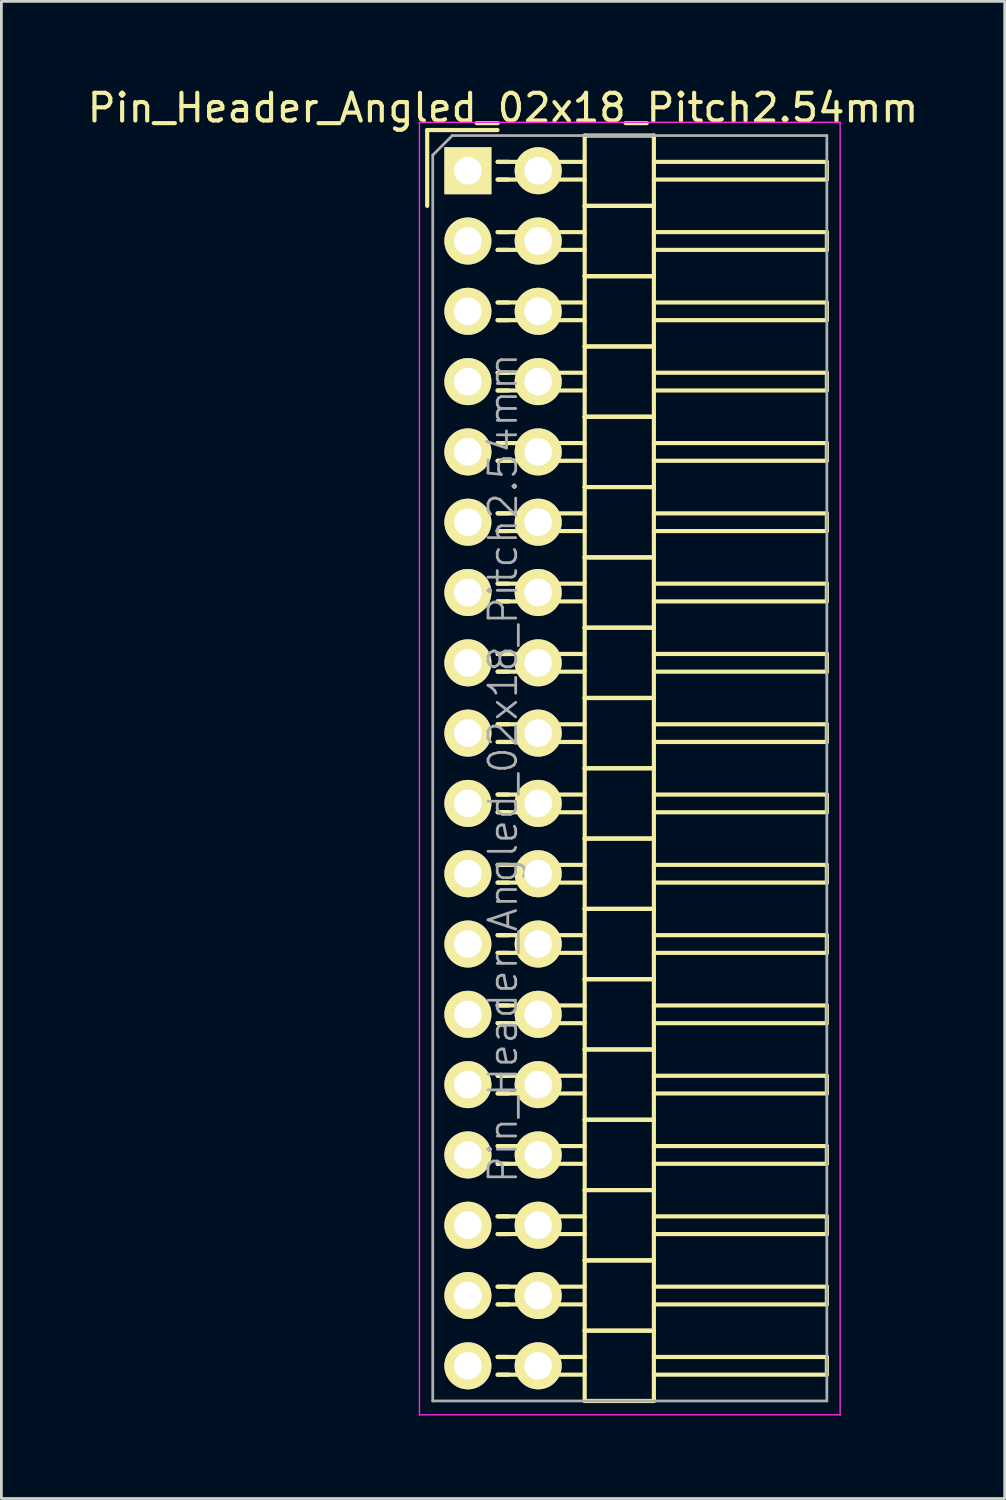
<source format=kicad_pcb>
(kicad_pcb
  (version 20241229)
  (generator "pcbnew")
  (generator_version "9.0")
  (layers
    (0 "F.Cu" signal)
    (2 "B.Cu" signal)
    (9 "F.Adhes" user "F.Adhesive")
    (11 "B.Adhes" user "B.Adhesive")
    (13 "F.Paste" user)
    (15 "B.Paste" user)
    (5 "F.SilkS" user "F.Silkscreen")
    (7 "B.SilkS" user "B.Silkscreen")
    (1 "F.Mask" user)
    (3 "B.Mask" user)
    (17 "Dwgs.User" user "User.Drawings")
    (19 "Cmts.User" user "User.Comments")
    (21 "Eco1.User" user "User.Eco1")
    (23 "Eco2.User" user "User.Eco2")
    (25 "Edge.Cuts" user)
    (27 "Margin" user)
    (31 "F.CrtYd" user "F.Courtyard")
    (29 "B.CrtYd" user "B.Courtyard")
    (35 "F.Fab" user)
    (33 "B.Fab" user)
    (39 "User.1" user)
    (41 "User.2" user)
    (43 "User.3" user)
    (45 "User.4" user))
  (footprint "Pin_Header_Angled_02x18_Pitch2.54mm"
    (layer "F.Cu")
    (at 13.855 3.118)
    (property "Reference" "Pin_Header_Angled_02x18_Pitch2.54mm" (at 1.27 -2.27 0) (layer "F.SilkS") (effects (font (size 1 1) (thickness 0.15))))
    (attr smd)
    (fp_line (start -1.47 -1.47) (end -1.47 1.27) (stroke (width 0.15) (type solid)) (layer "F.SilkS"))
    (fp_line (start -1.47 -1.47) (end 1.07 -1.47) (stroke (width 0.15) (type solid)) (layer "F.SilkS"))
    (fp_line (start 1.465 -0.32) (end 1.075 -0.32) (stroke (width 0.15) (type solid)) (layer "F.SilkS"))
    (fp_line (start 1.465 0.32) (end 1.075 0.32) (stroke (width 0.15) (type solid)) (layer "F.SilkS"))
    (fp_line (start 1.465 2.22) (end 1.075 2.22) (stroke (width 0.15) (type solid)) (layer "F.SilkS"))
    (fp_line (start 1.465 2.86) (end 1.075 2.86) (stroke (width 0.15) (type solid)) (layer "F.SilkS"))
    (fp_line (start 1.465 4.76) (end 1.075 4.76) (stroke (width 0.15) (type solid)) (layer "F.SilkS"))
    (fp_line (start 1.465 5.4) (end 1.075 5.4) (stroke (width 0.15) (type solid)) (layer "F.SilkS"))
    (fp_line (start 1.465 7.3) (end 1.075 7.3) (stroke (width 0.15) (type solid)) (layer "F.SilkS"))
    (fp_line (start 1.465 7.94) (end 1.075 7.94) (stroke (width 0.15) (type solid)) (layer "F.SilkS"))
    (fp_line (start 1.465 9.84) (end 1.075 9.84) (stroke (width 0.15) (type solid)) (layer "F.SilkS"))
    (fp_line (start 1.465 10.48) (end 1.075 10.48) (stroke (width 0.15) (type solid)) (layer "F.SilkS"))
    (fp_line (start 1.465 12.38) (end 1.075 12.38) (stroke (width 0.15) (type solid)) (layer "F.SilkS"))
    (fp_line (start 1.465 13.02) (end 1.075 13.02) (stroke (width 0.15) (type solid)) (layer "F.SilkS"))
    (fp_line (start 1.465 14.92) (end 1.075 14.92) (stroke (width 0.15) (type solid)) (layer "F.SilkS"))
    (fp_line (start 1.465 15.56) (end 1.075 15.56) (stroke (width 0.15) (type solid)) (layer "F.SilkS"))
    (fp_line (start 1.465 17.46) (end 1.075 17.46) (stroke (width 0.15) (type solid)) (layer "F.SilkS"))
    (fp_line (start 1.465 18.1) (end 1.075 18.1) (stroke (width 0.15) (type solid)) (layer "F.SilkS"))
    (fp_line (start 1.465 20) (end 1.075 20) (stroke (width 0.15) (type solid)) (layer "F.SilkS"))
    (fp_line (start 1.465 20.64) (end 1.075 20.64) (stroke (width 0.15) (type solid)) (layer "F.SilkS"))
    (fp_line (start 1.465 22.54) (end 1.075 22.54) (stroke (width 0.15) (type solid)) (layer "F.SilkS"))
    (fp_line (start 1.465 23.18) (end 1.075 23.18) (stroke (width 0.15) (type solid)) (layer "F.SilkS"))
    (fp_line (start 1.465 25.08) (end 1.075 25.08) (stroke (width 0.15) (type solid)) (layer "F.SilkS"))
    (fp_line (start 1.465 25.72) (end 1.075 25.72) (stroke (width 0.15) (type solid)) (layer "F.SilkS"))
    (fp_line (start 1.465 27.62) (end 1.075 27.62) (stroke (width 0.15) (type solid)) (layer "F.SilkS"))
    (fp_line (start 1.465 28.26) (end 1.075 28.26) (stroke (width 0.15) (type solid)) (layer "F.SilkS"))
    (fp_line (start 1.465 30.16) (end 1.075 30.16) (stroke (width 0.15) (type solid)) (layer "F.SilkS"))
    (fp_line (start 1.465 30.8) (end 1.075 30.8) (stroke (width 0.15) (type solid)) (layer "F.SilkS"))
    (fp_line (start 1.465 32.7) (end 1.075 32.7) (stroke (width 0.15) (type solid)) (layer "F.SilkS"))
    (fp_line (start 1.465 33.34) (end 1.075 33.34) (stroke (width 0.15) (type solid)) (layer "F.SilkS"))
    (fp_line (start 1.465 35.24) (end 1.075 35.24) (stroke (width 0.15) (type solid)) (layer "F.SilkS"))
    (fp_line (start 1.465 35.88) (end 1.075 35.88) (stroke (width 0.15) (type solid)) (layer "F.SilkS"))
    (fp_line (start 1.465 37.78) (end 1.075 37.78) (stroke (width 0.15) (type solid)) (layer "F.SilkS"))
    (fp_line (start 1.465 38.42) (end 1.075 38.42) (stroke (width 0.15) (type solid)) (layer "F.SilkS"))
    (fp_line (start 1.465 40.32) (end 1.075 40.32) (stroke (width 0.15) (type solid)) (layer "F.SilkS"))
    (fp_line (start 1.465 40.96) (end 1.075 40.96) (stroke (width 0.15) (type solid)) (layer "F.SilkS"))
    (fp_line (start 1.465 42.86) (end 1.075 42.86) (stroke (width 0.15) (type solid)) (layer "F.SilkS"))
    (fp_line (start 1.465 43.5) (end 1.075 43.5) (stroke (width 0.15) (type solid)) (layer "F.SilkS"))
    (fp_line (start 4.22 -0.32) (end 1.075 -0.32) (stroke (width 0.15) (type solid)) (layer "F.SilkS"))
    (fp_line (start 4.22 0.32) (end 1.075 0.32) (stroke (width 0.15) (type solid)) (layer "F.SilkS"))
    (fp_line (start 4.22 1.27) (end 4.22 -1.27) (stroke (width 0.15) (type solid)) (layer "F.SilkS"))
    (fp_line (start 4.22 2.22) (end 1.075 2.22) (stroke (width 0.15) (type solid)) (layer "F.SilkS"))
    (fp_line (start 4.22 2.86) (end 1.075 2.86) (stroke (width 0.15) (type solid)) (layer "F.SilkS"))
    (fp_line (start 4.22 3.81) (end 4.22 1.27) (stroke (width 0.15) (type solid)) (layer "F.SilkS"))
    (fp_line (start 4.22 4.76) (end 1.075 4.76) (stroke (width 0.15) (type solid)) (layer "F.SilkS"))
    (fp_line (start 4.22 5.4) (end 1.075 5.4) (stroke (width 0.15) (type solid)) (layer "F.SilkS"))
    (fp_line (start 4.22 6.35) (end 4.22 3.81) (stroke (width 0.15) (type solid)) (layer "F.SilkS"))
    (fp_line (start 4.22 7.3) (end 1.075 7.3) (stroke (width 0.15) (type solid)) (layer "F.SilkS"))
    (fp_line (start 4.22 7.94) (end 1.075 7.94) (stroke (width 0.15) (type solid)) (layer "F.SilkS"))
    (fp_line (start 4.22 8.89) (end 4.22 6.35) (stroke (width 0.15) (type solid)) (layer "F.SilkS"))
    (fp_line (start 4.22 9.84) (end 1.075 9.84) (stroke (width 0.15) (type solid)) (layer "F.SilkS"))
    (fp_line (start 4.22 10.48) (end 1.075 10.48) (stroke (width 0.15) (type solid)) (layer "F.SilkS"))
    (fp_line (start 4.22 11.43) (end 4.22 8.89) (stroke (width 0.15) (type solid)) (layer "F.SilkS"))
    (fp_line (start 4.22 12.38) (end 1.075 12.38) (stroke (width 0.15) (type solid)) (layer "F.SilkS"))
    (fp_line (start 4.22 13.02) (end 1.075 13.02) (stroke (width 0.15) (type solid)) (layer "F.SilkS"))
    (fp_line (start 4.22 13.97) (end 4.22 11.43) (stroke (width 0.15) (type solid)) (layer "F.SilkS"))
    (fp_line (start 4.22 14.92) (end 1.075 14.92) (stroke (width 0.15) (type solid)) (layer "F.SilkS"))
    (fp_line (start 4.22 15.56) (end 1.075 15.56) (stroke (width 0.15) (type solid)) (layer "F.SilkS"))
    (fp_line (start 4.22 16.51) (end 4.22 13.97) (stroke (width 0.15) (type solid)) (layer "F.SilkS"))
    (fp_line (start 4.22 17.46) (end 1.075 17.46) (stroke (width 0.15) (type solid)) (layer "F.SilkS"))
    (fp_line (start 4.22 18.1) (end 1.075 18.1) (stroke (width 0.15) (type solid)) (layer "F.SilkS"))
    (fp_line (start 4.22 19.05) (end 4.22 16.51) (stroke (width 0.15) (type solid)) (layer "F.SilkS"))
    (fp_line (start 4.22 20) (end 1.075 20) (stroke (width 0.15) (type solid)) (layer "F.SilkS"))
    (fp_line (start 4.22 20.64) (end 1.075 20.64) (stroke (width 0.15) (type solid)) (layer "F.SilkS"))
    (fp_line (start 4.22 21.59) (end 4.22 19.05) (stroke (width 0.15) (type solid)) (layer "F.SilkS"))
    (fp_line (start 4.22 22.54) (end 1.075 22.54) (stroke (width 0.15) (type solid)) (layer "F.SilkS"))
    (fp_line (start 4.22 23.18) (end 1.075 23.18) (stroke (width 0.15) (type solid)) (layer "F.SilkS"))
    (fp_line (start 4.22 24.13) (end 4.22 21.59) (stroke (width 0.15) (type solid)) (layer "F.SilkS"))
    (fp_line (start 4.22 25.08) (end 1.075 25.08) (stroke (width 0.15) (type solid)) (layer "F.SilkS"))
    (fp_line (start 4.22 25.72) (end 1.075 25.72) (stroke (width 0.15) (type solid)) (layer "F.SilkS"))
    (fp_line (start 4.22 26.67) (end 4.22 24.13) (stroke (width 0.15) (type solid)) (layer "F.SilkS"))
    (fp_line (start 4.22 27.62) (end 1.075 27.62) (stroke (width 0.15) (type solid)) (layer "F.SilkS"))
    (fp_line (start 4.22 28.26) (end 1.075 28.26) (stroke (width 0.15) (type solid)) (layer "F.SilkS"))
    (fp_line (start 4.22 29.21) (end 4.22 26.67) (stroke (width 0.15) (type solid)) (layer "F.SilkS"))
    (fp_line (start 4.22 30.16) (end 1.075 30.16) (stroke (width 0.15) (type solid)) (layer "F.SilkS"))
    (fp_line (start 4.22 30.8) (end 1.075 30.8) (stroke (width 0.15) (type solid)) (layer "F.SilkS"))
    (fp_line (start 4.22 31.75) (end 4.22 29.21) (stroke (width 0.15) (type solid)) (layer "F.SilkS"))
    (fp_line (start 4.22 32.7) (end 1.075 32.7) (stroke (width 0.15) (type solid)) (layer "F.SilkS"))
    (fp_line (start 4.22 33.34) (end 1.075 33.34) (stroke (width 0.15) (type solid)) (layer "F.SilkS"))
    (fp_line (start 4.22 34.29) (end 4.22 31.75) (stroke (width 0.15) (type solid)) (layer "F.SilkS"))
    (fp_line (start 4.22 35.24) (end 1.075 35.24) (stroke (width 0.15) (type solid)) (layer "F.SilkS"))
    (fp_line (start 4.22 35.88) (end 1.075 35.88) (stroke (width 0.15) (type solid)) (layer "F.SilkS"))
    (fp_line (start 4.22 36.83) (end 4.22 34.29) (stroke (width 0.15) (type solid)) (layer "F.SilkS"))
    (fp_line (start 4.22 37.78) (end 1.075 37.78) (stroke (width 0.15) (type solid)) (layer "F.SilkS"))
    (fp_line (start 4.22 38.42) (end 1.075 38.42) (stroke (width 0.15) (type solid)) (layer "F.SilkS"))
    (fp_line (start 4.22 39.37) (end 4.22 36.83) (stroke (width 0.15) (type solid)) (layer "F.SilkS"))
    (fp_line (start 4.22 40.32) (end 1.075 40.32) (stroke (width 0.15) (type solid)) (layer "F.SilkS"))
    (fp_line (start 4.22 40.96) (end 1.075 40.96) (stroke (width 0.15) (type solid)) (layer "F.SilkS"))
    (fp_line (start 4.22 41.91) (end 4.22 39.37) (stroke (width 0.15) (type solid)) (layer "F.SilkS"))
    (fp_line (start 4.22 42.86) (end 1.075 42.86) (stroke (width 0.15) (type solid)) (layer "F.SilkS"))
    (fp_line (start 4.22 43.5) (end 1.075 43.5) (stroke (width 0.15) (type solid)) (layer "F.SilkS"))
    (fp_line (start 4.22 44.45) (end 4.22 41.91) (stroke (width 0.15) (type solid)) (layer "F.SilkS"))
    (fp_line (start 6.72 -1.27) (end 4.22 -1.27) (stroke (width 0.15) (type solid)) (layer "F.SilkS"))
    (fp_line (start 6.72 -0.32) (end 12.97 -0.32) (stroke (width 0.15) (type solid)) (layer "F.SilkS"))
    (fp_line (start 6.72 0.32) (end 12.97 0.32) (stroke (width 0.15) (type solid)) (layer "F.SilkS"))
    (fp_line (start 6.72 1.27) (end 4.22 1.27) (stroke (width 0.15) (type solid)) (layer "F.SilkS"))
    (fp_line (start 6.72 1.27) (end 4.22 1.27) (stroke (width 0.15) (type solid)) (layer "F.SilkS"))
    (fp_line (start 6.72 1.27) (end 6.72 -1.27) (stroke (width 0.15) (type solid)) (layer "F.SilkS"))
    (fp_line (start 6.72 2.22) (end 12.97 2.22) (stroke (width 0.15) (type solid)) (layer "F.SilkS"))
    (fp_line (start 6.72 2.86) (end 12.97 2.86) (stroke (width 0.15) (type solid)) (layer "F.SilkS"))
    (fp_line (start 6.72 3.81) (end 4.22 3.81) (stroke (width 0.15) (type solid)) (layer "F.SilkS"))
    (fp_line (start 6.72 3.81) (end 4.22 3.81) (stroke (width 0.15) (type solid)) (layer "F.SilkS"))
    (fp_line (start 6.72 3.81) (end 6.72 1.27) (stroke (width 0.15) (type solid)) (layer "F.SilkS"))
    (fp_line (start 6.72 4.76) (end 12.97 4.76) (stroke (width 0.15) (type solid)) (layer "F.SilkS"))
    (fp_line (start 6.72 5.4) (end 12.97 5.4) (stroke (width 0.15) (type solid)) (layer "F.SilkS"))
    (fp_line (start 6.72 6.35) (end 4.22 6.35) (stroke (width 0.15) (type solid)) (layer "F.SilkS"))
    (fp_line (start 6.72 6.35) (end 4.22 6.35) (stroke (width 0.15) (type solid)) (layer "F.SilkS"))
    (fp_line (start 6.72 6.35) (end 6.72 3.81) (stroke (width 0.15) (type solid)) (layer "F.SilkS"))
    (fp_line (start 6.72 7.3) (end 12.97 7.3) (stroke (width 0.15) (type solid)) (layer "F.SilkS"))
    (fp_line (start 6.72 7.94) (end 12.97 7.94) (stroke (width 0.15) (type solid)) (layer "F.SilkS"))
    (fp_line (start 6.72 8.89) (end 4.22 8.89) (stroke (width 0.15) (type solid)) (layer "F.SilkS"))
    (fp_line (start 6.72 8.89) (end 4.22 8.89) (stroke (width 0.15) (type solid)) (layer "F.SilkS"))
    (fp_line (start 6.72 8.89) (end 6.72 6.35) (stroke (width 0.15) (type solid)) (layer "F.SilkS"))
    (fp_line (start 6.72 9.84) (end 12.97 9.84) (stroke (width 0.15) (type solid)) (layer "F.SilkS"))
    (fp_line (start 6.72 10.48) (end 12.97 10.48) (stroke (width 0.15) (type solid)) (layer "F.SilkS"))
    (fp_line (start 6.72 11.43) (end 4.22 11.43) (stroke (width 0.15) (type solid)) (layer "F.SilkS"))
    (fp_line (start 6.72 11.43) (end 4.22 11.43) (stroke (width 0.15) (type solid)) (layer "F.SilkS"))
    (fp_line (start 6.72 11.43) (end 6.72 8.89) (stroke (width 0.15) (type solid)) (layer "F.SilkS"))
    (fp_line (start 6.72 12.38) (end 12.97 12.38) (stroke (width 0.15) (type solid)) (layer "F.SilkS"))
    (fp_line (start 6.72 13.02) (end 12.97 13.02) (stroke (width 0.15) (type solid)) (layer "F.SilkS"))
    (fp_line (start 6.72 13.97) (end 4.22 13.97) (stroke (width 0.15) (type solid)) (layer "F.SilkS"))
    (fp_line (start 6.72 13.97) (end 4.22 13.97) (stroke (width 0.15) (type solid)) (layer "F.SilkS"))
    (fp_line (start 6.72 13.97) (end 6.72 11.43) (stroke (width 0.15) (type solid)) (layer "F.SilkS"))
    (fp_line (start 6.72 14.92) (end 12.97 14.92) (stroke (width 0.15) (type solid)) (layer "F.SilkS"))
    (fp_line (start 6.72 15.56) (end 12.97 15.56) (stroke (width 0.15) (type solid)) (layer "F.SilkS"))
    (fp_line (start 6.72 16.51) (end 4.22 16.51) (stroke (width 0.15) (type solid)) (layer "F.SilkS"))
    (fp_line (start 6.72 16.51) (end 4.22 16.51) (stroke (width 0.15) (type solid)) (layer "F.SilkS"))
    (fp_line (start 6.72 16.51) (end 6.72 13.97) (stroke (width 0.15) (type solid)) (layer "F.SilkS"))
    (fp_line (start 6.72 17.46) (end 12.97 17.46) (stroke (width 0.15) (type solid)) (layer "F.SilkS"))
    (fp_line (start 6.72 18.1) (end 12.97 18.1) (stroke (width 0.15) (type solid)) (layer "F.SilkS"))
    (fp_line (start 6.72 19.05) (end 4.22 19.05) (stroke (width 0.15) (type solid)) (layer "F.SilkS"))
    (fp_line (start 6.72 19.05) (end 4.22 19.05) (stroke (width 0.15) (type solid)) (layer "F.SilkS"))
    (fp_line (start 6.72 19.05) (end 6.72 16.51) (stroke (width 0.15) (type solid)) (layer "F.SilkS"))
    (fp_line (start 6.72 20) (end 12.97 20) (stroke (width 0.15) (type solid)) (layer "F.SilkS"))
    (fp_line (start 6.72 20.64) (end 12.97 20.64) (stroke (width 0.15) (type solid)) (layer "F.SilkS"))
    (fp_line (start 6.72 21.59) (end 4.22 21.59) (stroke (width 0.15) (type solid)) (layer "F.SilkS"))
    (fp_line (start 6.72 21.59) (end 4.22 21.59) (stroke (width 0.15) (type solid)) (layer "F.SilkS"))
    (fp_line (start 6.72 21.59) (end 6.72 19.05) (stroke (width 0.15) (type solid)) (layer "F.SilkS"))
    (fp_line (start 6.72 22.54) (end 12.97 22.54) (stroke (width 0.15) (type solid)) (layer "F.SilkS"))
    (fp_line (start 6.72 23.18) (end 12.97 23.18) (stroke (width 0.15) (type solid)) (layer "F.SilkS"))
    (fp_line (start 6.72 24.13) (end 4.22 24.13) (stroke (width 0.15) (type solid)) (layer "F.SilkS"))
    (fp_line (start 6.72 24.13) (end 4.22 24.13) (stroke (width 0.15) (type solid)) (layer "F.SilkS"))
    (fp_line (start 6.72 24.13) (end 6.72 21.59) (stroke (width 0.15) (type solid)) (layer "F.SilkS"))
    (fp_line (start 6.72 25.08) (end 12.97 25.08) (stroke (width 0.15) (type solid)) (layer "F.SilkS"))
    (fp_line (start 6.72 25.72) (end 12.97 25.72) (stroke (width 0.15) (type solid)) (layer "F.SilkS"))
    (fp_line (start 6.72 26.67) (end 4.22 26.67) (stroke (width 0.15) (type solid)) (layer "F.SilkS"))
    (fp_line (start 6.72 26.67) (end 4.22 26.67) (stroke (width 0.15) (type solid)) (layer "F.SilkS"))
    (fp_line (start 6.72 26.67) (end 6.72 24.13) (stroke (width 0.15) (type solid)) (layer "F.SilkS"))
    (fp_line (start 6.72 27.62) (end 12.97 27.62) (stroke (width 0.15) (type solid)) (layer "F.SilkS"))
    (fp_line (start 6.72 28.26) (end 12.97 28.26) (stroke (width 0.15) (type solid)) (layer "F.SilkS"))
    (fp_line (start 6.72 29.21) (end 4.22 29.21) (stroke (width 0.15) (type solid)) (layer "F.SilkS"))
    (fp_line (start 6.72 29.21) (end 4.22 29.21) (stroke (width 0.15) (type solid)) (layer "F.SilkS"))
    (fp_line (start 6.72 29.21) (end 6.72 26.67) (stroke (width 0.15) (type solid)) (layer "F.SilkS"))
    (fp_line (start 6.72 30.16) (end 12.97 30.16) (stroke (width 0.15) (type solid)) (layer "F.SilkS"))
    (fp_line (start 6.72 30.8) (end 12.97 30.8) (stroke (width 0.15) (type solid)) (layer "F.SilkS"))
    (fp_line (start 6.72 31.75) (end 4.22 31.75) (stroke (width 0.15) (type solid)) (layer "F.SilkS"))
    (fp_line (start 6.72 31.75) (end 4.22 31.75) (stroke (width 0.15) (type solid)) (layer "F.SilkS"))
    (fp_line (start 6.72 31.75) (end 6.72 29.21) (stroke (width 0.15) (type solid)) (layer "F.SilkS"))
    (fp_line (start 6.72 32.7) (end 12.97 32.7) (stroke (width 0.15) (type solid)) (layer "F.SilkS"))
    (fp_line (start 6.72 33.34) (end 12.97 33.34) (stroke (width 0.15) (type solid)) (layer "F.SilkS"))
    (fp_line (start 6.72 34.29) (end 4.22 34.29) (stroke (width 0.15) (type solid)) (layer "F.SilkS"))
    (fp_line (start 6.72 34.29) (end 4.22 34.29) (stroke (width 0.15) (type solid)) (layer "F.SilkS"))
    (fp_line (start 6.72 34.29) (end 6.72 31.75) (stroke (width 0.15) (type solid)) (layer "F.SilkS"))
    (fp_line (start 6.72 35.24) (end 12.97 35.24) (stroke (width 0.15) (type solid)) (layer "F.SilkS"))
    (fp_line (start 6.72 35.88) (end 12.97 35.88) (stroke (width 0.15) (type solid)) (layer "F.SilkS"))
    (fp_line (start 6.72 36.83) (end 4.22 36.83) (stroke (width 0.15) (type solid)) (layer "F.SilkS"))
    (fp_line (start 6.72 36.83) (end 4.22 36.83) (stroke (width 0.15) (type solid)) (layer "F.SilkS"))
    (fp_line (start 6.72 36.83) (end 6.72 34.29) (stroke (width 0.15) (type solid)) (layer "F.SilkS"))
    (fp_line (start 6.72 37.78) (end 12.97 37.78) (stroke (width 0.15) (type solid)) (layer "F.SilkS"))
    (fp_line (start 6.72 38.42) (end 12.97 38.42) (stroke (width 0.15) (type solid)) (layer "F.SilkS"))
    (fp_line (start 6.72 39.37) (end 4.22 39.37) (stroke (width 0.15) (type solid)) (layer "F.SilkS"))
    (fp_line (start 6.72 39.37) (end 4.22 39.37) (stroke (width 0.15) (type solid)) (layer "F.SilkS"))
    (fp_line (start 6.72 39.37) (end 6.72 36.83) (stroke (width 0.15) (type solid)) (layer "F.SilkS"))
    (fp_line (start 6.72 40.32) (end 12.97 40.32) (stroke (width 0.15) (type solid)) (layer "F.SilkS"))
    (fp_line (start 6.72 40.96) (end 12.97 40.96) (stroke (width 0.15) (type solid)) (layer "F.SilkS"))
    (fp_line (start 6.72 41.91) (end 4.22 41.91) (stroke (width 0.15) (type solid)) (layer "F.SilkS"))
    (fp_line (start 6.72 41.91) (end 4.22 41.91) (stroke (width 0.15) (type solid)) (layer "F.SilkS"))
    (fp_line (start 6.72 41.91) (end 6.72 39.37) (stroke (width 0.15) (type solid)) (layer "F.SilkS"))
    (fp_line (start 6.72 42.86) (end 12.97 42.86) (stroke (width 0.15) (type solid)) (layer "F.SilkS"))
    (fp_line (start 6.72 43.5) (end 12.97 43.5) (stroke (width 0.15) (type solid)) (layer "F.SilkS"))
    (fp_line (start 6.72 44.45) (end 4.22 44.45) (stroke (width 0.15) (type solid)) (layer "F.SilkS"))
    (fp_line (start 6.72 44.45) (end 6.72 41.91) (stroke (width 0.15) (type solid)) (layer "F.SilkS"))
    (fp_line (start 12.97 0.32) (end 12.97 -0.32) (stroke (width 0.15) (type solid)) (layer "F.SilkS"))
    (fp_line (start 12.97 2.86) (end 12.97 2.22) (stroke (width 0.15) (type solid)) (layer "F.SilkS"))
    (fp_line (start 12.97 5.4) (end 12.97 4.76) (stroke (width 0.15) (type solid)) (layer "F.SilkS"))
    (fp_line (start 12.97 7.94) (end 12.97 7.3) (stroke (width 0.15) (type solid)) (layer "F.SilkS"))
    (fp_line (start 12.97 10.48) (end 12.97 9.84) (stroke (width 0.15) (type solid)) (layer "F.SilkS"))
    (fp_line (start 12.97 13.02) (end 12.97 12.38) (stroke (width 0.15) (type solid)) (layer "F.SilkS"))
    (fp_line (start 12.97 15.56) (end 12.97 14.92) (stroke (width 0.15) (type solid)) (layer "F.SilkS"))
    (fp_line (start 12.97 18.1) (end 12.97 17.46) (stroke (width 0.15) (type solid)) (layer "F.SilkS"))
    (fp_line (start 12.97 20.64) (end 12.97 20) (stroke (width 0.15) (type solid)) (layer "F.SilkS"))
    (fp_line (start 12.97 23.18) (end 12.97 22.54) (stroke (width 0.15) (type solid)) (layer "F.SilkS"))
    (fp_line (start 12.97 25.72) (end 12.97 25.08) (stroke (width 0.15) (type solid)) (layer "F.SilkS"))
    (fp_line (start 12.97 28.26) (end 12.97 27.62) (stroke (width 0.15) (type solid)) (layer "F.SilkS"))
    (fp_line (start 12.97 30.8) (end 12.97 30.16) (stroke (width 0.15) (type solid)) (layer "F.SilkS"))
    (fp_line (start 12.97 33.34) (end 12.97 32.7) (stroke (width 0.15) (type solid)) (layer "F.SilkS"))
    (fp_line (start 12.97 35.88) (end 12.97 35.24) (stroke (width 0.15) (type solid)) (layer "F.SilkS"))
    (fp_line (start 12.97 38.42) (end 12.97 37.78) (stroke (width 0.15) (type solid)) (layer "F.SilkS"))
    (fp_line (start 12.97 40.96) (end 12.97 40.32) (stroke (width 0.15) (type solid)) (layer "F.SilkS"))
    (fp_line (start 12.97 43.5) (end 12.97 42.86) (stroke (width 0.15) (type solid)) (layer "F.SilkS"))
    (fp_line (start -1.75 -1.75) (end -1.75 44.95) (stroke (width 0.05) (type solid)) (layer "F.CrtYd"))
    (fp_line (start 13.45 -1.75) (end -1.75 -1.75) (stroke (width 0.05) (type solid)) (layer "F.CrtYd"))
    (fp_line (start 13.45 -1.75) (end 13.45 44.95) (stroke (width 0.05) (type solid)) (layer "F.CrtYd"))
    (fp_line (start 13.45 44.95) (end -1.75 44.95) (stroke (width 0.05) (type solid)) (layer "F.CrtYd"))
    (fp_line (start -1.27 -0.563) (end -0.563 -1.27) (stroke (width 0.1) (type solid)) (layer "F.Fab"))
    (fp_line (start -1.27 44.45) (end -1.27 -0.563) (stroke (width 0.1) (type solid)) (layer "F.Fab"))
    (fp_line (start 12.97 -1.27) (end -0.563 -1.27) (stroke (width 0.1) (type solid)) (layer "F.Fab"))
    (fp_line (start 12.97 44.45) (end -1.27 44.45) (stroke (width 0.1) (type solid)) (layer "F.Fab"))
    (fp_line (start 12.97 44.45) (end 12.97 -1.27) (stroke (width 0.1) (type solid)) (layer "F.Fab"))
    (fp_text user "${REFERENCE}" (at 1.27 21.59 90) (layer "F.Fab") (effects (font (size 1 1) (thickness 0.1))))
    (pad "1" thru_hole rect (at 0 0) (size 1.7 1.7) (drill 1) (layers "*.Cu" "*.Mask" "F.SilkS"))
    (pad "2" thru_hole oval (at 2.54 0) (size 1.7 1.7) (drill 1) (layers "*.Cu" "*.Mask" "F.SilkS"))
    (pad "3" thru_hole oval (at 0 2.54) (size 1.7 1.7) (drill 1) (layers "*.Cu" "*.Mask" "F.SilkS"))
    (pad "4" thru_hole oval (at 2.54 2.54) (size 1.7 1.7) (drill 1) (layers "*.Cu" "*.Mask" "F.SilkS"))
    (pad "5" thru_hole oval (at 0 5.08) (size 1.7 1.7) (drill 1) (layers "*.Cu" "*.Mask" "F.SilkS"))
    (pad "6" thru_hole oval (at 2.54 5.08) (size 1.7 1.7) (drill 1) (layers "*.Cu" "*.Mask" "F.SilkS"))
    (pad "7" thru_hole oval (at 0 7.62) (size 1.7 1.7) (drill 1) (layers "*.Cu" "*.Mask" "F.SilkS"))
    (pad "8" thru_hole oval (at 2.54 7.62) (size 1.7 1.7) (drill 1) (layers "*.Cu" "*.Mask" "F.SilkS"))
    (pad "9" thru_hole oval (at 0 10.16) (size 1.7 1.7) (drill 1) (layers "*.Cu" "*.Mask" "F.SilkS"))
    (pad "10" thru_hole oval (at 2.54 10.16) (size 1.7 1.7) (drill 1) (layers "*.Cu" "*.Mask" "F.SilkS"))
    (pad "11" thru_hole oval (at 0 12.7) (size 1.7 1.7) (drill 1) (layers "*.Cu" "*.Mask" "F.SilkS"))
    (pad "12" thru_hole oval (at 2.54 12.7) (size 1.7 1.7) (drill 1) (layers "*.Cu" "*.Mask" "F.SilkS"))
    (pad "13" thru_hole oval (at 0 15.24) (size 1.7 1.7) (drill 1) (layers "*.Cu" "*.Mask" "F.SilkS"))
    (pad "14" thru_hole oval (at 2.54 15.24) (size 1.7 1.7) (drill 1) (layers "*.Cu" "*.Mask" "F.SilkS"))
    (pad "15" thru_hole oval (at 0 17.78) (size 1.7 1.7) (drill 1) (layers "*.Cu" "*.Mask" "F.SilkS"))
    (pad "16" thru_hole oval (at 2.54 17.78) (size 1.7 1.7) (drill 1) (layers "*.Cu" "*.Mask" "F.SilkS"))
    (pad "17" thru_hole oval (at 0 20.32) (size 1.7 1.7) (drill 1) (layers "*.Cu" "*.Mask" "F.SilkS"))
    (pad "18" thru_hole oval (at 2.54 20.32) (size 1.7 1.7) (drill 1) (layers "*.Cu" "*.Mask" "F.SilkS"))
    (pad "19" thru_hole oval (at 0 22.86) (size 1.7 1.7) (drill 1) (layers "*.Cu" "*.Mask" "F.SilkS"))
    (pad "20" thru_hole oval (at 2.54 22.86) (size 1.7 1.7) (drill 1) (layers "*.Cu" "*.Mask" "F.SilkS"))
    (pad "21" thru_hole oval (at 0 25.4) (size 1.7 1.7) (drill 1) (layers "*.Cu" "*.Mask" "F.SilkS"))
    (pad "22" thru_hole oval (at 2.54 25.4) (size 1.7 1.7) (drill 1) (layers "*.Cu" "*.Mask" "F.SilkS"))
    (pad "23" thru_hole oval (at 0 27.94) (size 1.7 1.7) (drill 1) (layers "*.Cu" "*.Mask" "F.SilkS"))
    (pad "24" thru_hole oval (at 2.54 27.94) (size 1.7 1.7) (drill 1) (layers "*.Cu" "*.Mask" "F.SilkS"))
    (pad "25" thru_hole oval (at 0 30.48) (size 1.7 1.7) (drill 1) (layers "*.Cu" "*.Mask" "F.SilkS"))
    (pad "26" thru_hole oval (at 2.54 30.48) (size 1.7 1.7) (drill 1) (layers "*.Cu" "*.Mask" "F.SilkS"))
    (pad "27" thru_hole oval (at 0 33.02) (size 1.7 1.7) (drill 1) (layers "*.Cu" "*.Mask" "F.SilkS"))
    (pad "28" thru_hole oval (at 2.54 33.02) (size 1.7 1.7) (drill 1) (layers "*.Cu" "*.Mask" "F.SilkS"))
    (pad "29" thru_hole oval (at 0 35.56) (size 1.7 1.7) (drill 1) (layers "*.Cu" "*.Mask" "F.SilkS"))
    (pad "30" thru_hole oval (at 2.54 35.56) (size 1.7 1.7) (drill 1) (layers "*.Cu" "*.Mask" "F.SilkS"))
    (pad "31" thru_hole oval (at 0 38.1) (size 1.7 1.7) (drill 1) (layers "*.Cu" "*.Mask" "F.SilkS"))
    (pad "32" thru_hole oval (at 2.54 38.1) (size 1.7 1.7) (drill 1) (layers "*.Cu" "*.Mask" "F.SilkS"))
    (pad "33" thru_hole oval (at 0 40.64) (size 1.7 1.7) (drill 1) (layers "*.Cu" "*.Mask" "F.SilkS"))
    (pad "34" thru_hole oval (at 2.54 40.64) (size 1.7 1.7) (drill 1) (layers "*.Cu" "*.Mask" "F.SilkS"))
    (pad "35" thru_hole oval (at 0 43.18) (size 1.7 1.7) (drill 1) (layers "*.Cu" "*.Mask" "F.SilkS"))
    (pad "36" thru_hole oval (at 2.54 43.18) (size 1.7 1.7) (drill 1) (layers "*.Cu" "*.Mask" "F.SilkS")))
  (gr_rect
    (start -3 -3)
    (end 33.25 51.093)
    (stroke (width 0.1) (type default))
    (fill no)
    (layer "Edge.Cuts")))
</source>
